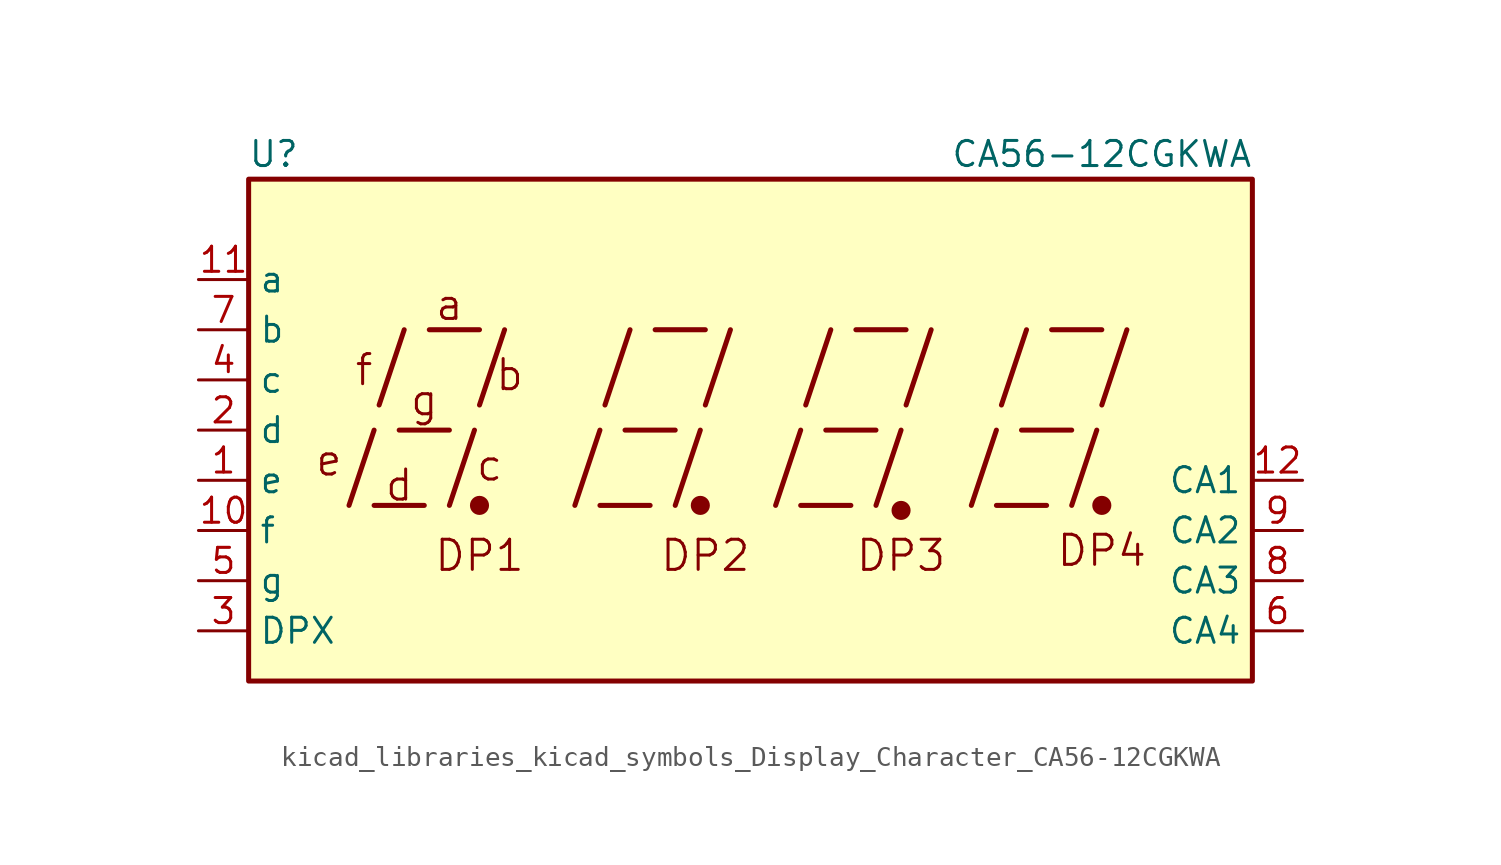
<source format=kicad_sym>
(kicad_symbol_lib
  (version 20220914)
  (generator kicad_symbol_editor)
  (symbol "kicad_libraries_kicad_symbols_Display_Character_CA56-12CGKWA"
    (property "Reference" "U"
      (at -24.13 13.97 0)
      (effects (font (size 1.27 1.27))))
    (property "Value" "CA56-12CGKWA"
      (at 17.78 13.97 0)
      (effects (font (size 1.27 1.27))))
    (symbol "kicad_libraries_kicad_symbols_Display_Character_CA56-12CGKWA_0_0"
      (rectangle (start -25.4 12.7) (end 25.4 -12.7) (stroke (width 0.254) (type default)) (fill (type background)))
      (polyline (pts (xy -20.32 -3.81) (xy -19.05 0)) (stroke (width 0.254) (type default)) (fill (type none)))
      (polyline (pts (xy -19.05 -3.81) (xy -16.51 -3.81)) (stroke (width 0.254) (type default)) (fill (type none)))
      (polyline (pts (xy -18.796 1.27) (xy -17.526 5.08)) (stroke (width 0.254) (type default)) (fill (type none)))
      (polyline (pts (xy -17.78 0) (xy -15.24 0)) (stroke (width 0.254) (type default)) (fill (type none)))
      (polyline (pts (xy -16.256 5.08) (xy -13.716 5.08)) (stroke (width 0.254) (type default)) (fill (type none)))
      (polyline (pts (xy -15.24 -3.81) (xy -13.97 0)) (stroke (width 0.254) (type default)) (fill (type none)))
      (polyline (pts (xy -13.716 1.27) (xy -12.446 5.08)) (stroke (width 0.254) (type default)) (fill (type none)))
      (polyline (pts (xy -8.89 -3.81) (xy -7.62 0)) (stroke (width 0.254) (type default)) (fill (type none)))
      (polyline (pts (xy -7.62 -3.81) (xy -5.08 -3.81)) (stroke (width 0.254) (type default)) (fill (type none)))
      (polyline (pts (xy -7.366 1.27) (xy -6.096 5.08)) (stroke (width 0.254) (type default)) (fill (type none)))
      (polyline (pts (xy -6.35 0) (xy -3.81 0)) (stroke (width 0.254) (type default)) (fill (type none)))
      (polyline (pts (xy -4.826 5.08) (xy -2.286 5.08)) (stroke (width 0.254) (type default)) (fill (type none)))
      (polyline (pts (xy -3.81 -3.81) (xy -2.54 0)) (stroke (width 0.254) (type default)) (fill (type none)))
      (polyline (pts (xy -2.286 1.27) (xy -1.016 5.08)) (stroke (width 0.254) (type default)) (fill (type none)))
      (polyline (pts (xy 1.27 -3.81) (xy 2.54 0)) (stroke (width 0.254) (type default)) (fill (type none)))
      (polyline (pts (xy 2.54 -3.81) (xy 5.08 -3.81)) (stroke (width 0.254) (type default)) (fill (type none)))
      (polyline (pts (xy 2.794 1.27) (xy 4.064 5.08)) (stroke (width 0.254) (type default)) (fill (type none)))
      (polyline (pts (xy 3.81 0) (xy 6.35 0)) (stroke (width 0.254) (type default)) (fill (type none)))
      (polyline (pts (xy 5.334 5.08) (xy 7.874 5.08)) (stroke (width 0.254) (type default)) (fill (type none)))
      (polyline (pts (xy 6.35 -3.81) (xy 7.62 0)) (stroke (width 0.254) (type default)) (fill (type none)))
      (polyline (pts (xy 7.874 1.27) (xy 9.144 5.08)) (stroke (width 0.254) (type default)) (fill (type none)))
      (polyline (pts (xy 11.176 -3.81) (xy 12.446 0)) (stroke (width 0.254) (type default)) (fill (type none)))
      (polyline (pts (xy 12.446 -3.81) (xy 14.986 -3.81)) (stroke (width 0.254) (type default)) (fill (type none)))
      (polyline (pts (xy 12.7 1.27) (xy 13.97 5.08)) (stroke (width 0.254) (type default)) (fill (type none)))
      (polyline (pts (xy 13.716 0) (xy 16.256 0)) (stroke (width 0.254) (type default)) (fill (type none)))
      (polyline (pts (xy 15.24 5.08) (xy 17.78 5.08)) (stroke (width 0.254) (type default)) (fill (type none)))
      (polyline (pts (xy 16.256 -3.81) (xy 17.526 0)) (stroke (width 0.254) (type default)) (fill (type none)))
      (polyline (pts (xy 17.78 1.27) (xy 19.05 5.08)) (stroke (width 0.254) (type default)) (fill (type none)))
      (text "a" (at -15.24 6.35 0) (effects (font (size 1.524 1.524))))
      (text "b" (at -12.192 2.794 0) (effects (font (size 1.524 1.524))))
      (text "c" (at -13.208 -1.778 0) (effects (font (size 1.524 1.524))))
      (text "d" (at -17.78 -2.794 0) (effects (font (size 1.524 1.524))))
      (text "DP1" (at -13.716 -6.35 0) (effects (font (size 1.524 1.524))))
      (text "DP2" (at -2.286 -6.35 0) (effects (font (size 1.524 1.524))))
      (text "DP3" (at 7.62 -6.35 0) (effects (font (size 1.524 1.524))))
      (text "DP4" (at 17.78 -6.096 0) (effects (font (size 1.524 1.524))))
      (text "e" (at -21.336 -1.524 0) (effects (font (size 1.524 1.524))))
      (text "f" (at -19.558 3.048 0) (effects (font (size 1.524 1.524))))
      (text "g" (at -16.51 1.524 0) (effects (font (size 1.524 1.524)))))
    (symbol "kicad_libraries_kicad_symbols_Display_Character_CA56-12CGKWA_0_1"
      (circle (center -13.716 -3.81) (radius 0.356) (stroke (width 0.254) (type default)) (fill (type outline)))
      (circle (center -2.54 -3.81) (radius 0.356) (stroke (width 0.254) (type default)) (fill (type outline))))
    (symbol "kicad_libraries_kicad_symbols_Display_Character_CA56-12CGKWA_1_0"
      (circle (center 7.62 -4.064) (radius 0.356) (stroke (width 0.254) (type default)) (fill (type outline)))
      (circle (center 17.78 -3.81) (radius 0.356) (stroke (width 0.254) (type default)) (fill (type outline))))
    (symbol "kicad_libraries_kicad_symbols_Display_Character_CA56-12CGKWA_1_1"
      (pin input line (at -27.94 -2.54 0) (length 2.54) (name "e" (effects (font (size 1.27 1.27)))) (number "1" (effects (font (size 1.27 1.27)))))
      (pin input line (at -27.94 -5.08 0) (length 2.54) (name "f" (effects (font (size 1.27 1.27)))) (number "10" (effects (font (size 1.27 1.27)))))
      (pin input line (at -27.94 7.62 0) (length 2.54) (name "a" (effects (font (size 1.27 1.27)))) (number "11" (effects (font (size 1.27 1.27)))))
      (pin input line (at 27.94 -2.54 180) (length 2.54) (name "CA1" (effects (font (size 1.27 1.27)))) (number "12" (effects (font (size 1.27 1.27)))))
      (pin input line (at -27.94 0 0) (length 2.54) (name "d" (effects (font (size 1.27 1.27)))) (number "2" (effects (font (size 1.27 1.27)))))
      (pin input line (at -27.94 -10.16 0) (length 2.54) (name "DPX" (effects (font (size 1.27 1.27)))) (number "3" (effects (font (size 1.27 1.27)))))
      (pin input line (at -27.94 2.54 0) (length 2.54) (name "c" (effects (font (size 1.27 1.27)))) (number "4" (effects (font (size 1.27 1.27)))))
      (pin input line (at -27.94 -7.62 0) (length 2.54) (name "g" (effects (font (size 1.27 1.27)))) (number "5" (effects (font (size 1.27 1.27)))))
      (pin input line (at 27.94 -10.16 180) (length 2.54) (name "CA4" (effects (font (size 1.27 1.27)))) (number "6" (effects (font (size 1.27 1.27)))))
      (pin input line (at -27.94 5.08 0) (length 2.54) (name "b" (effects (font (size 1.27 1.27)))) (number "7" (effects (font (size 1.27 1.27)))))
      (pin input line (at 27.94 -7.62 180) (length 2.54) (name "CA3" (effects (font (size 1.27 1.27)))) (number "8" (effects (font (size 1.27 1.27)))))
      (pin input line (at 27.94 -5.08 180) (length 2.54) (name "CA2" (effects (font (size 1.27 1.27)))) (number "9" (effects (font (size 1.27 1.27))))))))
</source>
